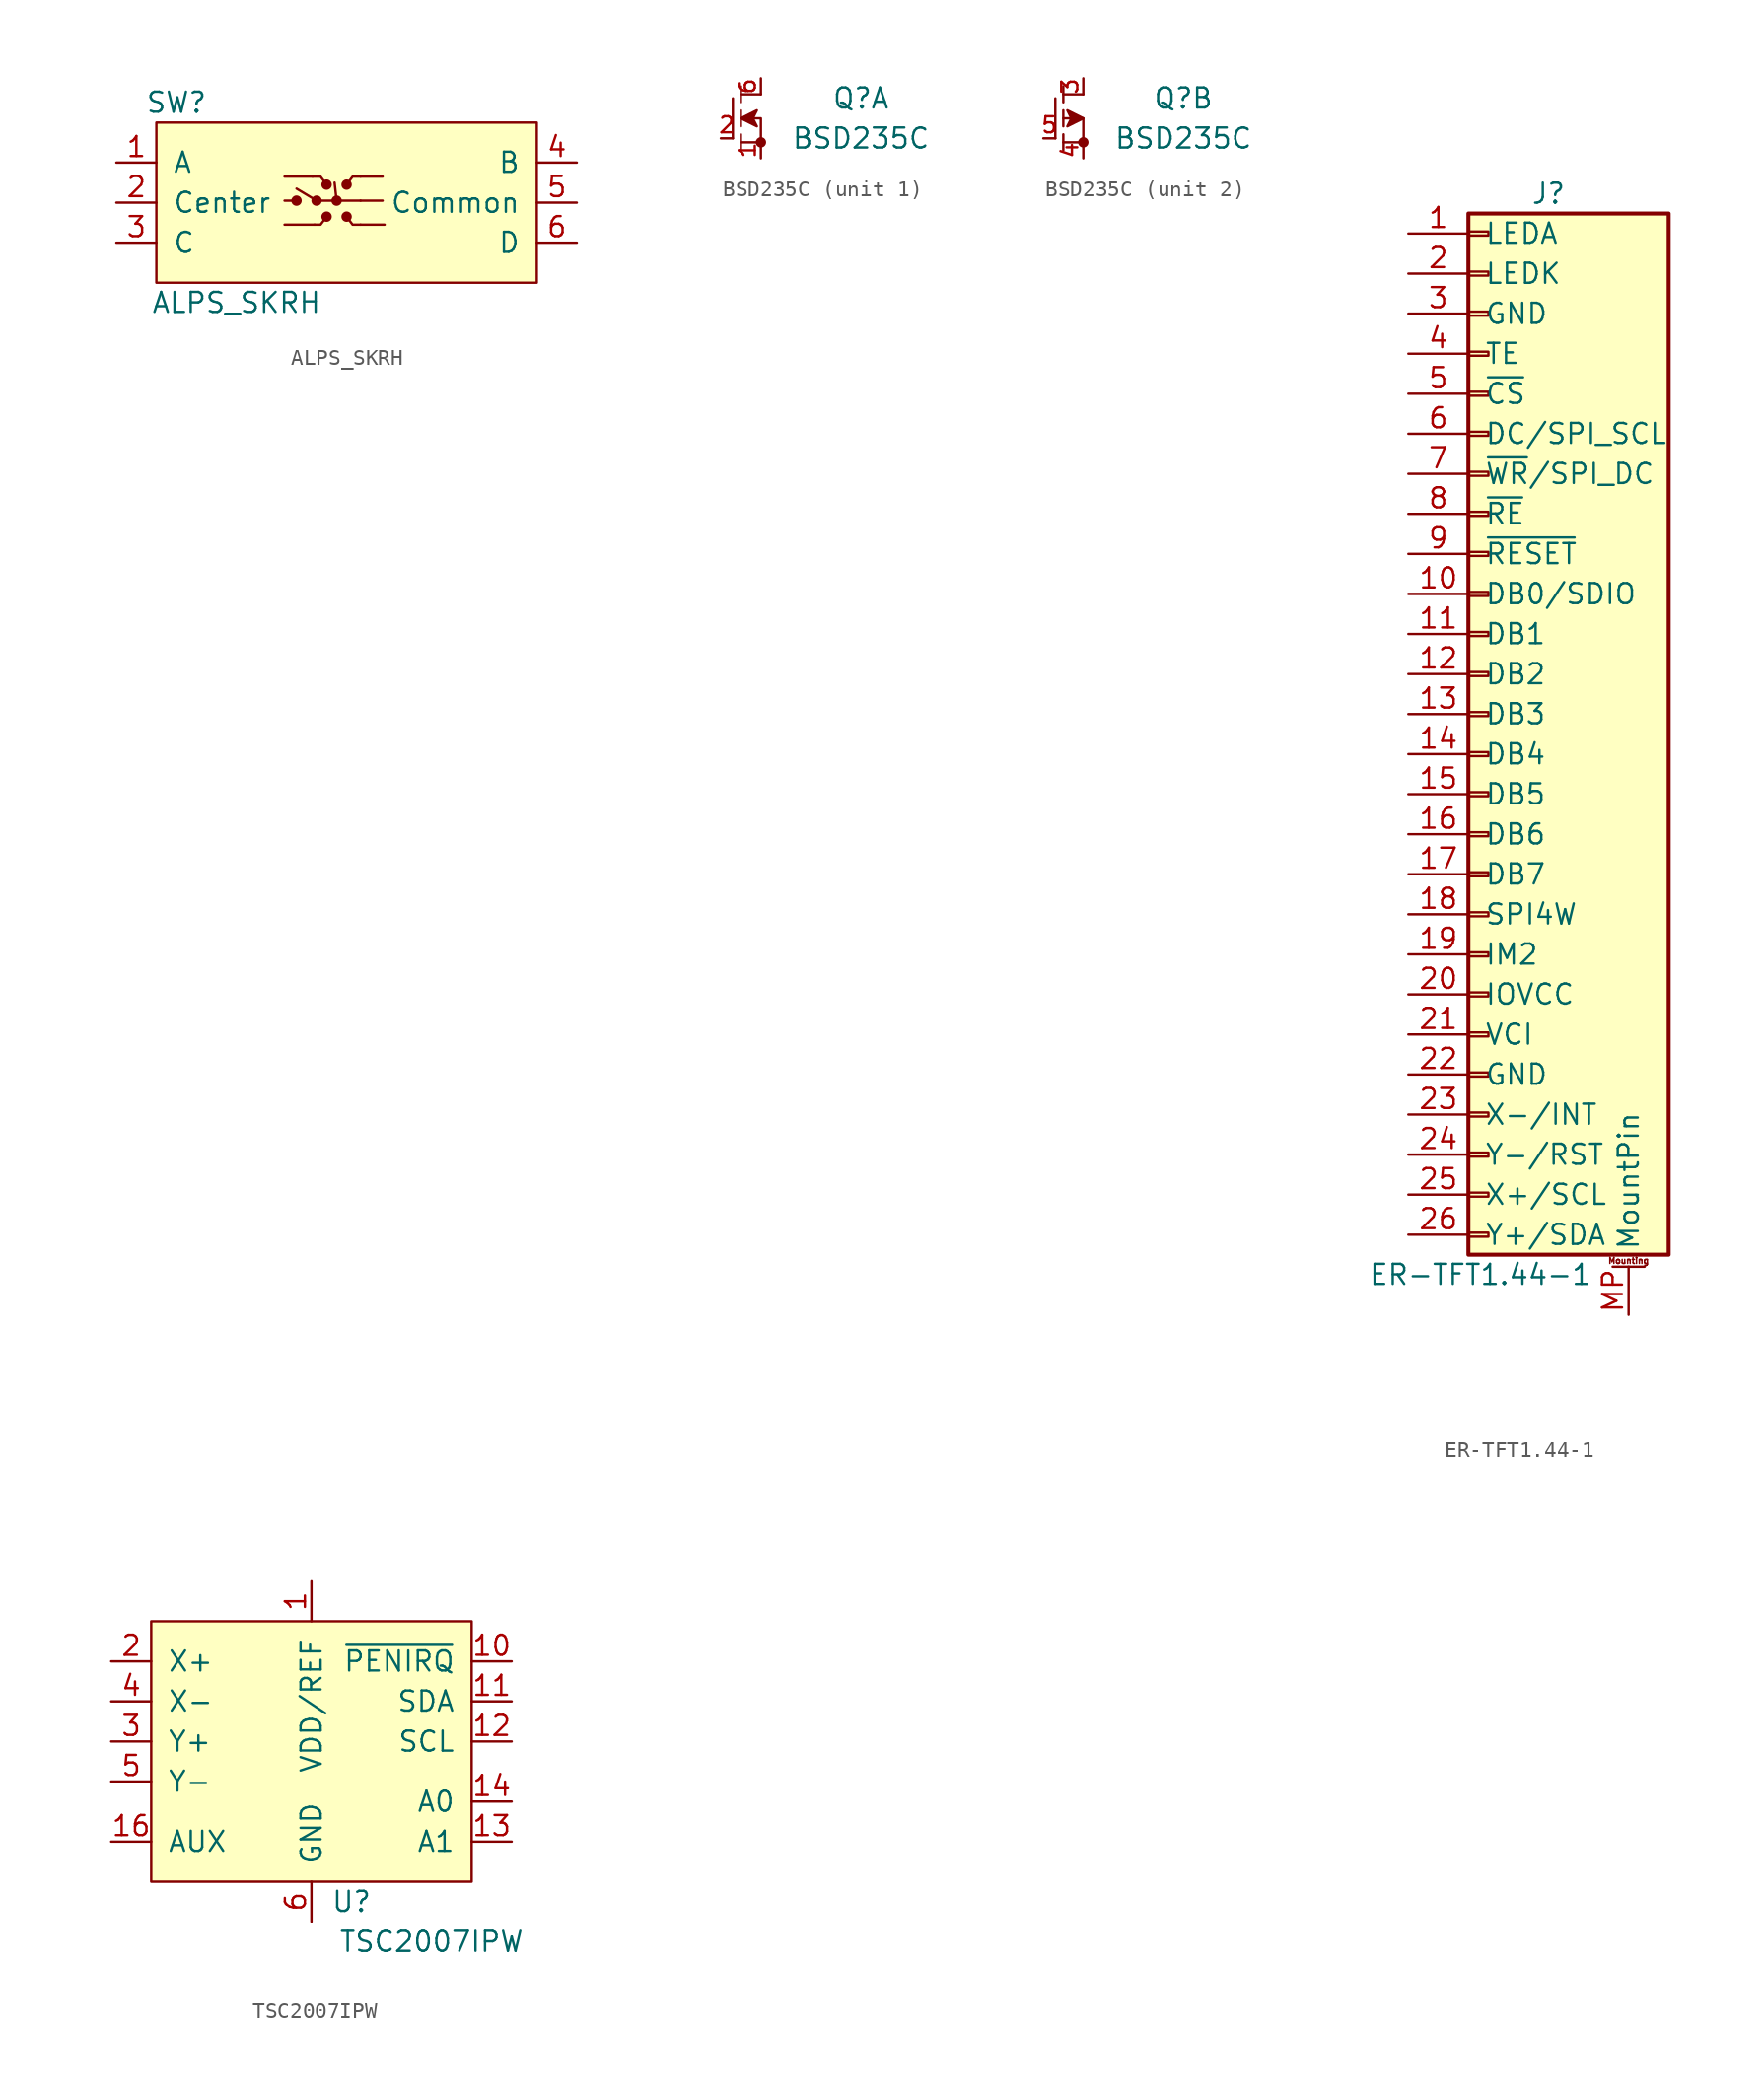
<source format=kicad_sym>
(kicad_symbol_lib
  (version 20211014)
  (generator kicad_symbol_editor)
  (symbol "ALPS_SKRH"
    (pin_names
      (offset 1.016))
    (property "Reference" "SW"
      (at -10.16 6.35 0)
      (effects (font (size 1.27 1.27))))
    (property "Value" "ALPS_SKRH"
      (at -6.35 -6.35 0)
      (effects (font (size 1.27 1.27))))
    (symbol "ALPS_SKRH_0_1"
      (rectangle (start -11.43 5.08) (end 12.7 -5.08) (stroke (width 0) (type default) (color 0 0 0 0)) (fill (type background)))
      (polyline (pts (xy -2.794 0.127) (xy -3.302 0.127)) (stroke (width 0) (type default) (color 0 0 0 0)) (fill (type none)))
      (polyline (pts (xy -1.524 1.651) (xy -3.302 1.651)) (stroke (width 0) (type default) (color 0 0 0 0)) (fill (type none)))
      (polyline (pts (xy -1.397 -1.397) (xy -3.302 -1.397)) (stroke (width 0) (type default) (color 0 0 0 0)) (fill (type none)))
      (polyline (pts (xy -1.27 0.127) (xy -2.54 0.889)) (stroke (width 0) (type default) (color 0 0 0 0)) (fill (type none)))
      (polyline (pts (xy 0 0.127) (xy -0.127 1.27)) (stroke (width 0) (type default) (color 0 0 0 0)) (fill (type none)))
      (polyline (pts (xy 1.524 -1.397) (xy 3.048 -1.397)) (stroke (width 0) (type default) (color 0 0 0 0)) (fill (type none)))
      (polyline (pts (xy 1.524 0.127) (xy 2.921 0.127)) (stroke (width 0) (type default) (color 0 0 0 0)) (fill (type none)))
      (polyline (pts (xy 1.524 1.651) (xy 2.921 1.651)) (stroke (width 0) (type default) (color 0 0 0 0)) (fill (type none)))
      (polyline (pts (xy -1.27 0.127) (xy 0 0.127) (xy 1.524 0.127)) (stroke (width 0) (type default) (color 0 0 0 0)) (fill (type none)))
      (polyline (pts (xy -0.635 -0.889) (xy -1.016 -1.397) (xy -1.397 -1.397)) (stroke (width 0) (type default) (color 0 0 0 0)) (fill (type none)))
      (polyline (pts (xy 0.635 -0.889) (xy 1.016 -1.397) (xy 1.524 -1.397)) (stroke (width 0) (type default) (color 0 0 0 0)) (fill (type none)))
      (polyline (pts (xy 0.635 1.143) (xy 1.016 1.651) (xy 1.524 1.651)) (stroke (width 0) (type default) (color 0 0 0 0)) (fill (type none)))
      (polyline (pts (xy -0.635 1.143) (xy -1.016 1.651) (xy -1.524 1.651) (xy -1.016 1.651)) (stroke (width 0) (type default) (color 0 0 0 0)) (fill (type none)))
      (circle (center 0 0.127) (radius 0.254) (stroke (width 0) (type default) (color 0 0 0 0)) (fill (type outline))))
    (symbol "ALPS_SKRH_1_1"
      (circle (center -2.54 0.127) (radius 0.254) (stroke (width 0) (type default) (color 0 0 0 0)) (fill (type outline)))
      (circle (center -1.27 0.127) (radius 0.254) (stroke (width 0) (type default) (color 0 0 0 0)) (fill (type outline)))
      (circle (center -0.635 -0.889) (radius 0.254) (stroke (width 0) (type default) (color 0 0 0 0)) (fill (type outline)))
      (circle (center -0.635 1.143) (radius 0.254) (stroke (width 0) (type default) (color 0 0 0 0)) (fill (type outline)))
      (circle (center 0.635 -0.889) (radius 0.254) (stroke (width 0) (type default) (color 0 0 0 0)) (fill (type outline)))
      (circle (center 0.635 1.143) (radius 0.254) (stroke (width 0) (type default) (color 0 0 0 0)) (fill (type outline)))
      (pin passive line (at -13.97 2.54 0) (length 2.54) (name "A" (effects (font (size 1.27 1.27)))) (number "1" (effects (font (size 1.27 1.27)))))
      (pin passive line (at -13.97 0 0) (length 2.54) (name "Center" (effects (font (size 1.27 1.27)))) (number "2" (effects (font (size 1.27 1.27)))))
      (pin passive line (at -13.97 -2.54 0) (length 2.54) (name "C" (effects (font (size 1.27 1.27)))) (number "3" (effects (font (size 1.27 1.27)))))
      (pin passive line (at 15.24 2.54 180) (length 2.54) (name "B" (effects (font (size 1.27 1.27)))) (number "4" (effects (font (size 1.27 1.27)))))
      (pin passive line (at 15.24 0 180) (length 2.54) (name "Common" (effects (font (size 1.27 1.27)))) (number "5" (effects (font (size 1.27 1.27)))))
      (pin passive line (at 15.24 -2.54 180) (length 2.54) (name "D" (effects (font (size 1.27 1.27)))) (number "6" (effects (font (size 1.27 1.27)))))))
  (symbol "BSD235C"
    (pin_names
      (offset 0) hide)
    (property "Reference" "Q"
      (at 7.62 1.27 0)
      (effects (font (size 1.27 1.27))))
    (property "Value" "BSD235C"
      (at 7.62 -1.27 0)
      (effects (font (size 1.27 1.27))))
    (property "ki_locked" ""
      (at 0 0 0)
      (effects (font (size 1.27 1.27))))
    (symbol "BSD235C_0_1"
      (polyline (pts (xy -0.508 1.27) (xy -0.508 -1.27)) (stroke (width 0) (type default) (color 0 0 0 0)) (fill (type none)))
      (polyline (pts (xy 0 -1.524) (xy 1.27 -1.524)) (stroke (width 0) (type default) (color 0 0 0 0)) (fill (type none)))
      (polyline (pts (xy 0 -1.016) (xy 0 -2.032)) (stroke (width 0) (type default) (color 0 0 0 0)) (fill (type none)))
      (polyline (pts (xy 0 -0.508) (xy 0 0.508)) (stroke (width 0) (type default) (color 0 0 0 0)) (fill (type none)))
      (polyline (pts (xy 0 1.016) (xy 0 2.032)) (stroke (width 0) (type default) (color 0 0 0 0)) (fill (type none)))
      (polyline (pts (xy 0 1.524) (xy 1.27 1.524)) (stroke (width 0) (type default) (color 0 0 0 0)) (fill (type none)))
      (polyline (pts (xy 0 0) (xy 1.27 0) (xy 1.27 -1.524)) (stroke (width 0) (type default) (color 0 0 0 0)) (fill (type none)))
      (circle (center 1.27 -1.524) (radius 0.254) (stroke (width 0) (type default) (color 0 0 0 0)) (fill (type outline))))
    (symbol "BSD235C_1_1"
      (polyline (pts (xy 0 0) (xy 1.016 0.508) (xy 0.762 0) (xy 1.016 -0.508) (xy 0 0)) (stroke (width 0) (type default) (color 0 0 0 0)) (fill (type outline)))
      (pin passive line (at 1.27 -2.54 90) (length 1.016) (name "S" (effects (font (size 1.27 1.27)))) (number "1" (effects (font (size 1.016 1.016)))))
      (pin passive line (at -1.27 -1.27 0) (length 0.762) (name "G" (effects (font (size 1.27 1.27)))) (number "2" (effects (font (size 1.016 1.016)))))
      (pin passive line (at 1.27 2.54 270) (length 1.016) (name "D" (effects (font (size 1.27 1.27)))) (number "6" (effects (font (size 1.016 1.016))))))
    (symbol "BSD235C_2_1"
      (polyline (pts (xy 1.27 0) (xy 0.254 -0.508) (xy 0.508 0) (xy 0.254 0.508) (xy 1.27 0)) (stroke (width 0) (type default) (color 0 0 0 0)) (fill (type outline)))
      (pin passive line (at 1.27 2.54 270) (length 1.016) (name "D" (effects (font (size 1.27 1.27)))) (number "3" (effects (font (size 1.016 1.016)))))
      (pin passive line (at 1.27 -2.54 90) (length 1.016) (name "S" (effects (font (size 1.27 1.27)))) (number "4" (effects (font (size 1.016 1.016)))))
      (pin passive line (at -1.27 -1.27 0) (length 0.762) (name "G" (effects (font (size 1.27 1.27)))) (number "5" (effects (font (size 1.016 1.016)))))))
  (symbol "ER-TFT1.44-1"
    (pin_names
      (offset 1.016))
    (property "Reference" "J"
      (at 3.81 33.02 0)
      (effects (font (size 1.27 1.27))))
    (property "Value" "ER-TFT1.44-1"
      (at -7.62 -35.56 0)
      (effects (font (size 1.27 1.27)) (justify left)))
    (symbol "ER-TFT1.44-1_1_0"
      (pin input line (at -5.08 7.62 0) (length 3.81) (name "DB0/SDIO" (effects (font (size 1.27 1.27)))) (number "10" (effects (font (size 1.27 1.27))))))
    (symbol "ER-TFT1.44-1_1_1"
      (rectangle (start -1.27 -32.893) (end 0 -33.147) (stroke (width 0.152) (type default) (color 0 0 0 0)) (fill (type none)))
      (rectangle (start -1.27 -30.353) (end 0 -30.607) (stroke (width 0.152) (type default) (color 0 0 0 0)) (fill (type none)))
      (rectangle (start -1.27 -27.813) (end 0 -28.067) (stroke (width 0.152) (type default) (color 0 0 0 0)) (fill (type none)))
      (rectangle (start -1.27 -25.273) (end 0 -25.527) (stroke (width 0.152) (type default) (color 0 0 0 0)) (fill (type none)))
      (rectangle (start -1.27 -22.733) (end 0 -22.987) (stroke (width 0.152) (type default) (color 0 0 0 0)) (fill (type none)))
      (rectangle (start -1.27 -20.193) (end 0 -20.447) (stroke (width 0.152) (type default) (color 0 0 0 0)) (fill (type none)))
      (rectangle (start -1.27 -17.653) (end 0 -17.907) (stroke (width 0.152) (type default) (color 0 0 0 0)) (fill (type none)))
      (rectangle (start -1.27 -15.113) (end 0 -15.367) (stroke (width 0.152) (type default) (color 0 0 0 0)) (fill (type none)))
      (rectangle (start -1.27 -12.573) (end 0 -12.827) (stroke (width 0.152) (type default) (color 0 0 0 0)) (fill (type none)))
      (rectangle (start -1.27 -10.033) (end 0 -10.287) (stroke (width 0.152) (type default) (color 0 0 0 0)) (fill (type none)))
      (rectangle (start -1.27 -7.493) (end 0 -7.747) (stroke (width 0.152) (type default) (color 0 0 0 0)) (fill (type none)))
      (rectangle (start -1.27 -4.953) (end 0 -5.207) (stroke (width 0.152) (type default) (color 0 0 0 0)) (fill (type none)))
      (rectangle (start -1.27 -2.413) (end 0 -2.667) (stroke (width 0.152) (type default) (color 0 0 0 0)) (fill (type none)))
      (rectangle (start -1.27 0.127) (end 0 -0.127) (stroke (width 0.152) (type default) (color 0 0 0 0)) (fill (type none)))
      (rectangle (start -1.27 2.667) (end 0 2.413) (stroke (width 0.152) (type default) (color 0 0 0 0)) (fill (type none)))
      (rectangle (start -1.27 5.207) (end 0 4.953) (stroke (width 0.152) (type default) (color 0 0 0 0)) (fill (type none)))
      (rectangle (start -1.27 7.747) (end 0 7.493) (stroke (width 0.152) (type default) (color 0 0 0 0)) (fill (type none)))
      (rectangle (start -1.27 10.287) (end 0 10.033) (stroke (width 0.152) (type default) (color 0 0 0 0)) (fill (type none)))
      (rectangle (start -1.27 12.827) (end 0 12.573) (stroke (width 0.152) (type default) (color 0 0 0 0)) (fill (type none)))
      (rectangle (start -1.27 15.367) (end 0 15.113) (stroke (width 0.152) (type default) (color 0 0 0 0)) (fill (type none)))
      (rectangle (start -1.27 17.907) (end 0 17.653) (stroke (width 0.152) (type default) (color 0 0 0 0)) (fill (type none)))
      (rectangle (start -1.27 20.447) (end 0 20.193) (stroke (width 0.152) (type default) (color 0 0 0 0)) (fill (type none)))
      (rectangle (start -1.27 22.987) (end 0 22.733) (stroke (width 0.152) (type default) (color 0 0 0 0)) (fill (type none)))
      (rectangle (start -1.27 25.527) (end 0 25.273) (stroke (width 0.152) (type default) (color 0 0 0 0)) (fill (type none)))
      (rectangle (start -1.27 28.067) (end 0 27.813) (stroke (width 0.152) (type default) (color 0 0 0 0)) (fill (type none)))
      (rectangle (start -1.27 30.607) (end 0 30.353) (stroke (width 0.152) (type default) (color 0 0 0 0)) (fill (type none)))
      (rectangle (start -1.27 31.75) (end 11.43 -34.29) (stroke (width 0.254) (type default) (color 0 0 0 0)) (fill (type background)))
      (polyline (pts (xy 7.874 -35.052) (xy 9.906 -35.052)) (stroke (width 0.152) (type default) (color 0 0 0 0)) (fill (type none)))
      (text "Mounting" (at 8.89 -34.671 0) (effects (font (size 0.381 0.381))))
      (pin power_in line (at -5.08 30.48 0) (length 3.81) (name "LEDA" (effects (font (size 1.27 1.27)))) (number "1" (effects (font (size 1.27 1.27)))))
      (pin input line (at -5.08 5.08 0) (length 3.81) (name "DB1" (effects (font (size 1.27 1.27)))) (number "11" (effects (font (size 1.27 1.27)))))
      (pin input line (at -5.08 2.54 0) (length 3.81) (name "DB2" (effects (font (size 1.27 1.27)))) (number "12" (effects (font (size 1.27 1.27)))))
      (pin input line (at -5.08 0 0) (length 3.81) (name "DB3" (effects (font (size 1.27 1.27)))) (number "13" (effects (font (size 1.27 1.27)))))
      (pin input line (at -5.08 -2.54 0) (length 3.81) (name "DB4" (effects (font (size 1.27 1.27)))) (number "14" (effects (font (size 1.27 1.27)))))
      (pin input line (at -5.08 -5.08 0) (length 3.81) (name "DB5" (effects (font (size 1.27 1.27)))) (number "15" (effects (font (size 1.27 1.27)))))
      (pin input line (at -5.08 -7.62 0) (length 3.81) (name "DB6" (effects (font (size 1.27 1.27)))) (number "16" (effects (font (size 1.27 1.27)))))
      (pin input line (at -5.08 -10.16 0) (length 3.81) (name "DB7" (effects (font (size 1.27 1.27)))) (number "17" (effects (font (size 1.27 1.27)))))
      (pin input line (at -5.08 -12.7 0) (length 3.81) (name "SPI4W" (effects (font (size 1.27 1.27)))) (number "18" (effects (font (size 1.27 1.27)))))
      (pin input line (at -5.08 -15.24 0) (length 3.81) (name "IM2" (effects (font (size 1.27 1.27)))) (number "19" (effects (font (size 1.27 1.27)))))
      (pin power_in line (at -5.08 27.94 0) (length 3.81) (name "LEDK" (effects (font (size 1.27 1.27)))) (number "2" (effects (font (size 1.27 1.27)))))
      (pin power_in line (at -5.08 -17.78 0) (length 3.81) (name "IOVCC" (effects (font (size 1.27 1.27)))) (number "20" (effects (font (size 1.27 1.27)))))
      (pin power_in line (at -5.08 -20.32 0) (length 3.81) (name "VCI" (effects (font (size 1.27 1.27)))) (number "21" (effects (font (size 1.27 1.27)))))
      (pin power_in line (at -5.08 -22.86 0) (length 3.81) (name "GND" (effects (font (size 1.27 1.27)))) (number "22" (effects (font (size 1.27 1.27)))))
      (pin output line (at -5.08 -25.4 0) (length 3.81) (name "X-/INT" (effects (font (size 1.27 1.27)))) (number "23" (effects (font (size 1.27 1.27)))))
      (pin output line (at -5.08 -27.94 0) (length 3.81) (name "Y-/RST" (effects (font (size 1.27 1.27)))) (number "24" (effects (font (size 1.27 1.27)))))
      (pin output line (at -5.08 -30.48 0) (length 3.81) (name "X+/SCL" (effects (font (size 1.27 1.27)))) (number "25" (effects (font (size 1.27 1.27)))))
      (pin output line (at -5.08 -33.02 0) (length 3.81) (name "Y+/SDA" (effects (font (size 1.27 1.27)))) (number "26" (effects (font (size 1.27 1.27)))))
      (pin power_in line (at -5.08 25.4 0) (length 3.81) (name "GND" (effects (font (size 1.27 1.27)))) (number "3" (effects (font (size 1.27 1.27)))))
      (pin output line (at -5.08 22.86 0) (length 3.81) (name "TE" (effects (font (size 1.27 1.27)))) (number "4" (effects (font (size 1.27 1.27)))))
      (pin input line (at -5.08 20.32 0) (length 3.81) (name "~{CS}" (effects (font (size 1.27 1.27)))) (number "5" (effects (font (size 1.27 1.27)))))
      (pin input line (at -5.08 17.78 0) (length 3.81) (name "DC/SPI_SCL" (effects (font (size 1.27 1.27)))) (number "6" (effects (font (size 1.27 1.27)))))
      (pin input line (at -5.08 15.24 0) (length 3.81) (name "~{WR}/SPI_DC" (effects (font (size 1.27 1.27)))) (number "7" (effects (font (size 1.27 1.27)))))
      (pin input line (at -5.08 12.7 0) (length 3.81) (name "~{RE}" (effects (font (size 1.27 1.27)))) (number "8" (effects (font (size 1.27 1.27)))))
      (pin input line (at -5.08 10.16 0) (length 3.81) (name "~{RESET}" (effects (font (size 1.27 1.27)))) (number "9" (effects (font (size 1.27 1.27)))))
      (pin passive line (at 8.89 -38.1 90) (length 3.048) (name "MountPin" (effects (font (size 1.27 1.27)))) (number "MP" (effects (font (size 1.27 1.27)))))))
  (symbol "TSC2007IPW"
    (pin_names
      (offset 1.016))
    (property "Reference" "U"
      (at 2.54 -10.16 0)
      (effects (font (size 1.27 1.27))))
    (property "Value" "TSC2007IPW"
      (at 7.62 -12.7 0)
      (effects (font (size 1.27 1.27))))
    (symbol "TSC2007IPW_0_1"
      (rectangle (start -10.16 7.62) (end 10.16 -8.89) (stroke (width 0) (type default) (color 0 0 0 0)) (fill (type background))))
    (symbol "TSC2007IPW_1_1"
      (pin power_in line (at 0 10.16 270) (length 2.54) (name "VDD/REF" (effects (font (size 1.27 1.27)))) (number "1" (effects (font (size 1.27 1.27)))))
      (pin output line (at 12.7 5.08 180) (length 2.54) (name "~{PENIRQ}" (effects (font (size 1.27 1.27)))) (number "10" (effects (font (size 1.27 1.27)))))
      (pin bidirectional line (at 12.7 2.54 180) (length 2.54) (name "SDA" (effects (font (size 1.27 1.27)))) (number "11" (effects (font (size 1.27 1.27)))))
      (pin input line (at 12.7 0 180) (length 2.54) (name "SCL" (effects (font (size 1.27 1.27)))) (number "12" (effects (font (size 1.27 1.27)))))
      (pin input line (at 12.7 -6.35 180) (length 2.54) (name "A1" (effects (font (size 1.27 1.27)))) (number "13" (effects (font (size 1.27 1.27)))))
      (pin input line (at 12.7 -3.81 180) (length 2.54) (name "A0" (effects (font (size 1.27 1.27)))) (number "14" (effects (font (size 1.27 1.27)))))
      (pin input line (at -12.7 -6.35 0) (length 2.54) (name "AUX" (effects (font (size 1.27 1.27)))) (number "16" (effects (font (size 1.27 1.27)))))
      (pin input line (at -12.7 5.08 0) (length 2.54) (name "X+" (effects (font (size 1.27 1.27)))) (number "2" (effects (font (size 1.27 1.27)))))
      (pin input line (at -12.7 0 0) (length 2.54) (name "Y+" (effects (font (size 1.27 1.27)))) (number "3" (effects (font (size 1.27 1.27)))))
      (pin input line (at -12.7 2.54 0) (length 2.54) (name "X-" (effects (font (size 1.27 1.27)))) (number "4" (effects (font (size 1.27 1.27)))))
      (pin input line (at -12.7 -2.54 0) (length 2.54) (name "Y-" (effects (font (size 1.27 1.27)))) (number "5" (effects (font (size 1.27 1.27)))))
      (pin power_in line (at 0 -11.43 90) (length 2.54) (name "GND" (effects (font (size 1.27 1.27)))) (number "6" (effects (font (size 1.27 1.27))))))))
</source>
